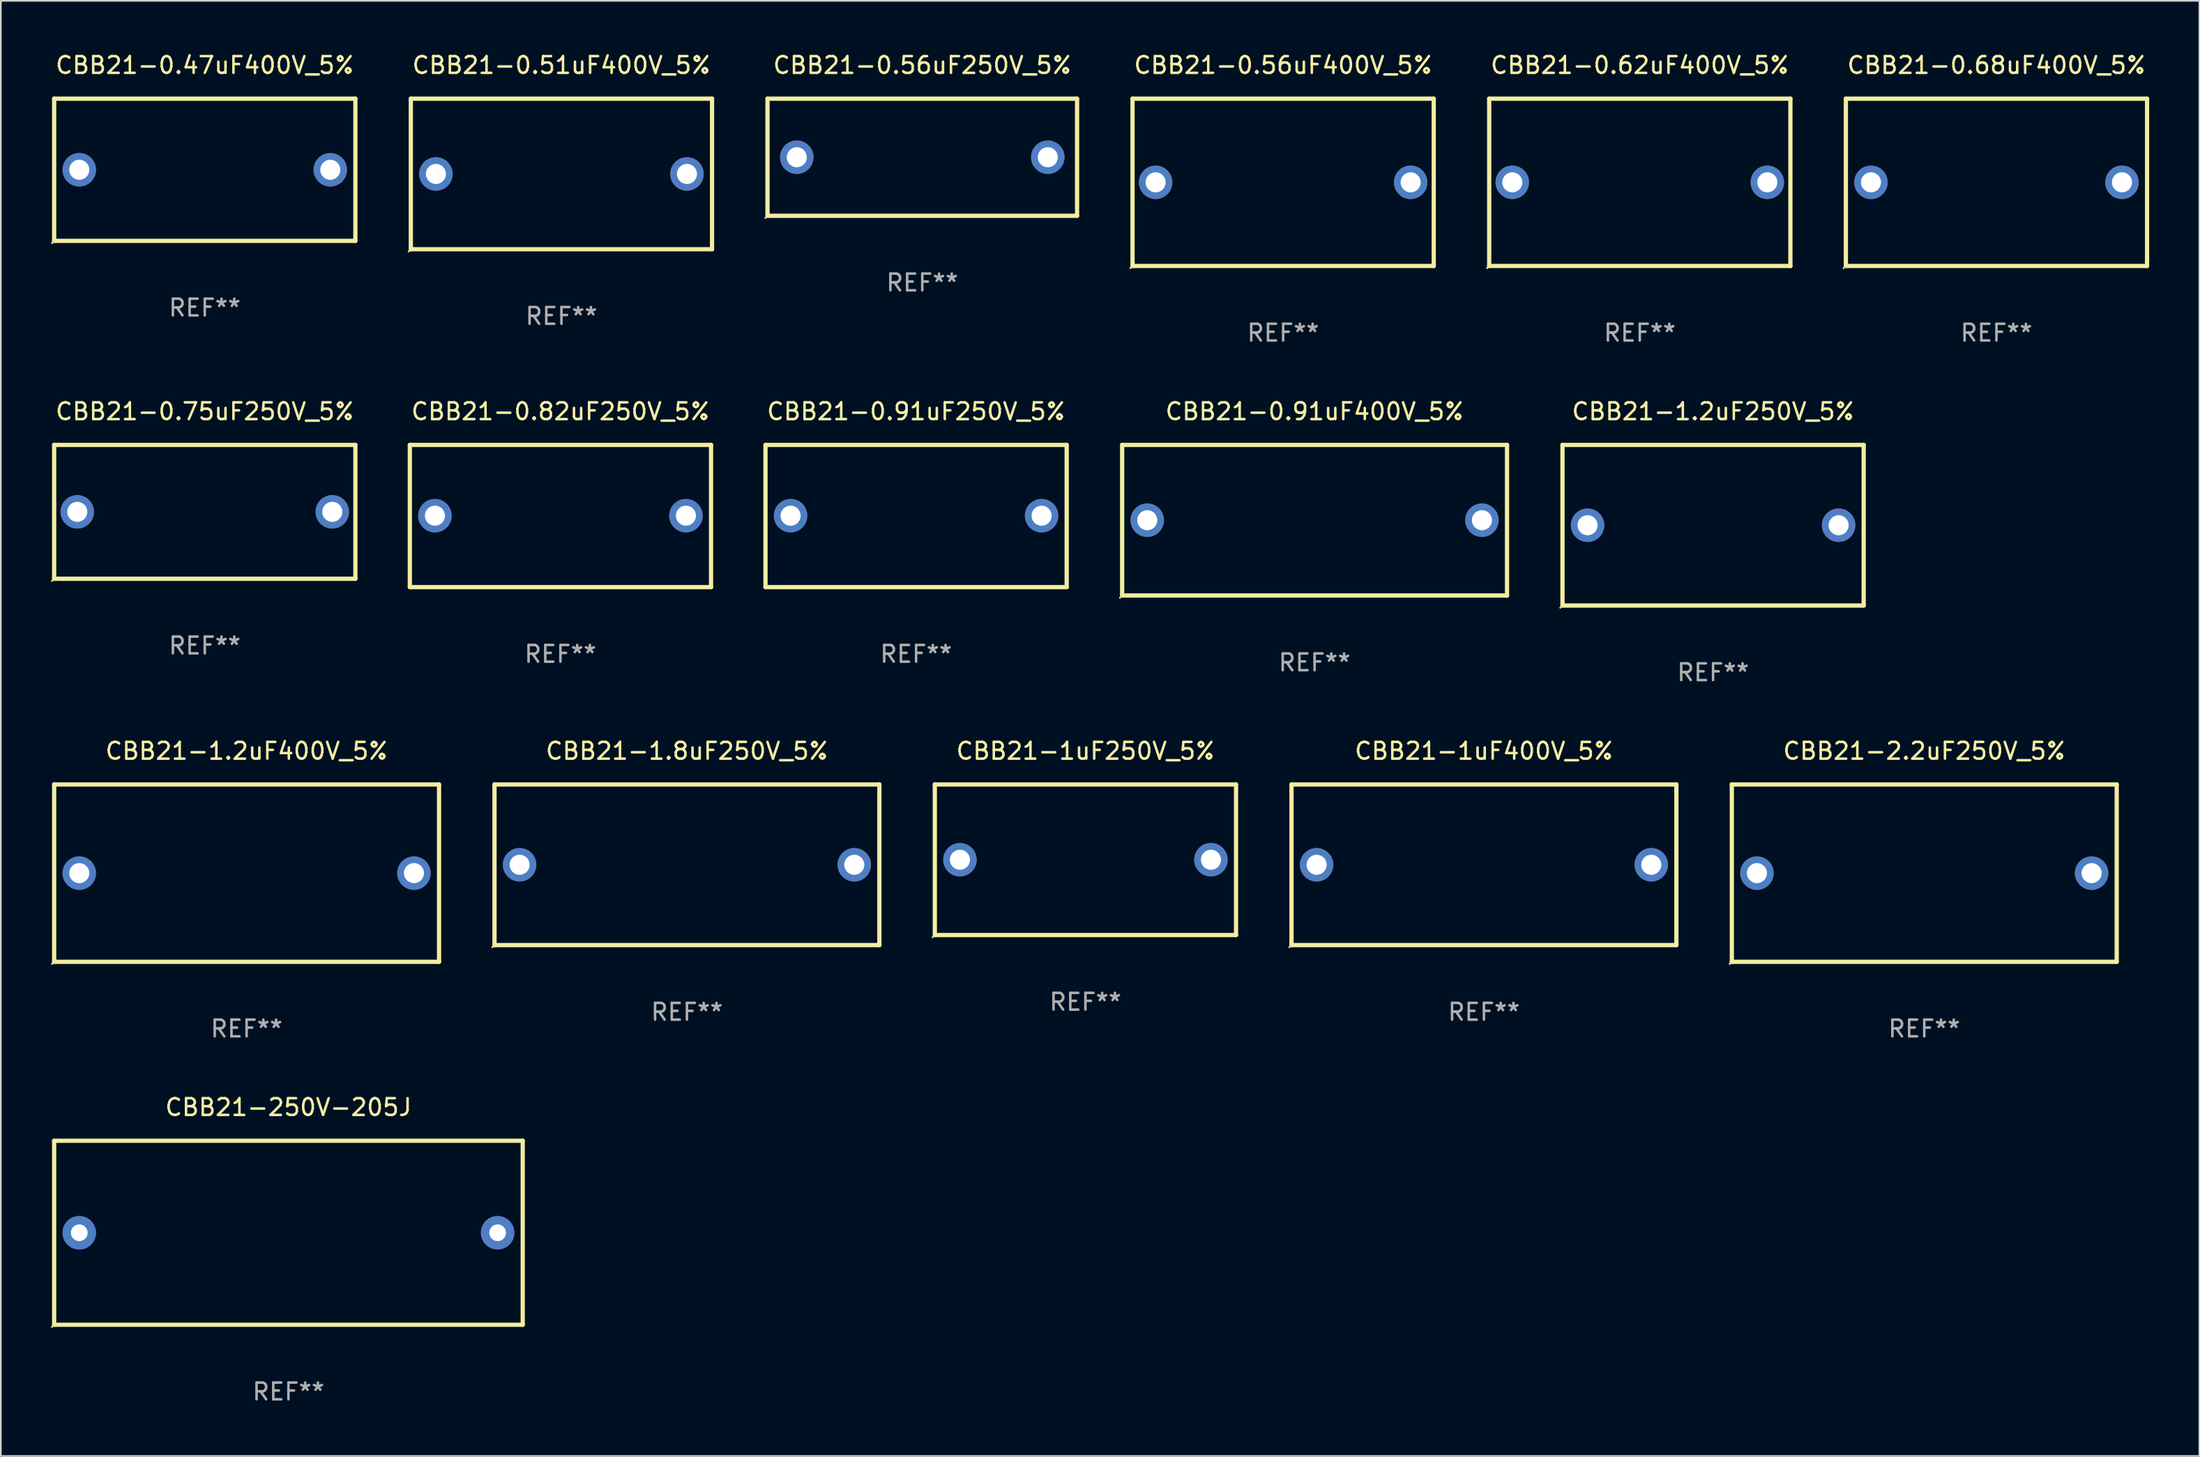
<source format=kicad_pcb>
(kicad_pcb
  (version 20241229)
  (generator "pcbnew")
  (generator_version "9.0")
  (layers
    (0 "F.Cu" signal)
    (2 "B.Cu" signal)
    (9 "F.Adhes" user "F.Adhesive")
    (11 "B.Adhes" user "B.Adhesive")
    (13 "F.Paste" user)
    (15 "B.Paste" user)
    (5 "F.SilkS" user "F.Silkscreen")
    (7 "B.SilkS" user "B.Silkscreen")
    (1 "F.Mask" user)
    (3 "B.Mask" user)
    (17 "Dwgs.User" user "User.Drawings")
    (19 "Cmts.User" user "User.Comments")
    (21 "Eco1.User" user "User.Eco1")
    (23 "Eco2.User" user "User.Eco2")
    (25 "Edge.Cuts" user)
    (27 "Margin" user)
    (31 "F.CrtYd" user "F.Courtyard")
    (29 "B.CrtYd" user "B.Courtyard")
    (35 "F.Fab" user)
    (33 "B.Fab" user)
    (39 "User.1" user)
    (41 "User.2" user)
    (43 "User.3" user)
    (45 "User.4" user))
  (footprint "CBB21-0.47uF400V_5%"
    (layer "F.Cu")
    (at 9.187 7.098)
    (property "Reference" "CBB21-0.47uF400V_5%" (at 0 -6.25 0) (layer "F.SilkS") (effects (font (size 1 1) (thickness 0.15))))
    (attr through_hole)
    (fp_line (start -9 -4.25) (end -9 4.25) (stroke (width 0.254) (type solid)) (layer "F.SilkS"))
    (fp_line (start -9 -4.25) (end 9 -4.25) (stroke (width 0.254) (type solid)) (layer "F.SilkS"))
    (fp_line (start 9 4.25) (end -9 4.25) (stroke (width 0.254) (type solid)) (layer "F.SilkS"))
    (fp_line (start 9 4.25) (end 9 -4.25) (stroke (width 0.254) (type solid)) (layer "F.SilkS"))
    (fp_circle (center -9.127 4.377) (end -9.097 4.377) (stroke (width 0.06) (type solid)) (fill no) (layer "F.SilkS"))
    (fp_text user "REF**" (at 0 8.25 0) (layer "F.Fab") (effects (font (size 1 1) (thickness 0.15))))
    (pad "1" thru_hole circle (at -7.5 0) (size 2 2) (drill 1.2) (layers "*.Cu" "*.Mask"))
    (pad "2" thru_hole circle (at 7.5 0) (size 2 2) (drill 1.2) (layers "*.Cu" "*.Mask")))
  (footprint "CBB21-1uF400V_5%"
    (layer "F.Cu")
    (at 85.629 48.641)
    (property "Reference" "CBB21-1uF400V_5%" (at 0 -6.8 0) (layer "F.SilkS") (effects (font (size 1 1) (thickness 0.15))))
    (attr through_hole)
    (fp_line (start -11.5 -4.8) (end -11.5 4.8) (stroke (width 0.254) (type solid)) (layer "F.SilkS"))
    (fp_line (start -11.5 -4.8) (end 11.5 -4.8) (stroke (width 0.254) (type solid)) (layer "F.SilkS"))
    (fp_line (start -11.5 4.8) (end 11.5 4.8) (stroke (width 0.254) (type solid)) (layer "F.SilkS"))
    (fp_line (start 11.5 -4.8) (end 11.5 4.8) (stroke (width 0.254) (type solid)) (layer "F.SilkS"))
    (fp_circle (center -11.627 4.927) (end -11.597 4.927) (stroke (width 0.06) (type solid)) (fill no) (layer "F.SilkS"))
    (fp_text user "REF**" (at 0 8.8 0) (layer "F.Fab") (effects (font (size 1 1) (thickness 0.15))))
    (pad "1" thru_hole circle (at -10 0) (size 2 2) (drill 1.2) (layers "*.Cu" "*.Mask"))
    (pad "2" thru_hole circle (at 10 0) (size 2 2) (drill 1.2) (layers "*.Cu" "*.Mask")))
  (footprint "CBB21-0.91uF250V_5%"
    (layer "F.Cu")
    (at 51.695 27.795)
    (property "Reference" "CBB21-0.91uF250V_5%" (at 0 -6.25 0) (layer "F.SilkS") (effects (font (size 1 1) (thickness 0.15))))
    (attr through_hole)
    (fp_line (start -9 -4.25) (end -9 4.25) (stroke (width 0.254) (type solid)) (layer "F.SilkS"))
    (fp_line (start -9 -4.25) (end 9 -4.25) (stroke (width 0.254) (type solid)) (layer "F.SilkS"))
    (fp_line (start -9 4.25) (end 9 4.25) (stroke (width 0.254) (type solid)) (layer "F.SilkS"))
    (fp_line (start 9 -4.25) (end 9 4.25) (stroke (width 0.254) (type solid)) (layer "F.SilkS"))
    (fp_circle (center -9 4.23) (end -8.97 4.23) (stroke (width 0.06) (type solid)) (fill no) (layer "F.SilkS"))
    (fp_text user "REF**" (at 0 8.25 0) (layer "F.Fab") (effects (font (size 1 1) (thickness 0.15))))
    (pad "1" thru_hole circle (at -7.5 -0.02) (size 2 2) (drill 1.2) (layers "*.Cu" "*.Mask"))
    (pad "2" thru_hole circle (at 7.5 -0.02) (size 2 2) (drill 1.2) (layers "*.Cu" "*.Mask")))
  (footprint "CBB21-0.62uF400V_5%"
    (layer "F.Cu")
    (at 94.943 7.848)
    (property "Reference" "CBB21-0.62uF400V_5%" (at 0 -7 0) (layer "F.SilkS") (effects (font (size 1 1) (thickness 0.15))))
    (attr through_hole)
    (fp_line (start -9 -5) (end 9 -5) (stroke (width 0.254) (type solid)) (layer "F.SilkS"))
    (fp_line (start -9 5) (end -9 -5) (stroke (width 0.254) (type solid)) (layer "F.SilkS"))
    (fp_line (start 9 -5) (end 9 5) (stroke (width 0.254) (type solid)) (layer "F.SilkS"))
    (fp_line (start 9 5) (end -9 5) (stroke (width 0.254) (type solid)) (layer "F.SilkS"))
    (fp_circle (center -9.127 5.127) (end -9.097 5.127) (stroke (width 0.06) (type solid)) (fill no) (layer "F.SilkS"))
    (fp_text user "REF**" (at 0 9 0) (layer "F.Fab") (effects (font (size 1 1) (thickness 0.15))))
    (pad "1" thru_hole circle (at -7.62 0) (size 2 2) (drill 1.2) (layers "*.Cu" "*.Mask"))
    (pad "2" thru_hole circle (at 7.62 0) (size 2 2) (drill 1.2) (layers "*.Cu" "*.Mask")))
  (footprint "CBB21-1uF250V_5%"
    (layer "F.Cu")
    (at 61.815 48.341)
    (property "Reference" "CBB21-1uF250V_5%" (at 0 -6.5 0) (layer "F.SilkS") (effects (font (size 1 1) (thickness 0.15))))
    (attr through_hole)
    (fp_line (start -9 -4.5) (end 9 -4.5) (stroke (width 0.254) (type solid)) (layer "F.SilkS"))
    (fp_line (start -9 4.5) (end -9 -4.5) (stroke (width 0.254) (type solid)) (layer "F.SilkS"))
    (fp_line (start 9 -4.5) (end 9 4.5) (stroke (width 0.254) (type solid)) (layer "F.SilkS"))
    (fp_line (start 9 4.5) (end -9 4.5) (stroke (width 0.254) (type solid)) (layer "F.SilkS"))
    (fp_circle (center -9.127 4.627) (end -9.097 4.627) (stroke (width 0.06) (type solid)) (fill no) (layer "F.SilkS"))
    (fp_text user "REF**" (at 0 8.5 0) (layer "F.Fab") (effects (font (size 1 1) (thickness 0.15))))
    (pad "1" thru_hole circle (at -7.5 -0.000127) (size 2 2) (drill 1.2) (layers "*.Cu" "*.Mask"))
    (pad "2" thru_hole circle (at 7.5 -0.000127) (size 2 2) (drill 1.2) (layers "*.Cu" "*.Mask")))
  (footprint "CBB21-0.56uF400V_5%"
    (layer "F.Cu")
    (at 73.629 7.848)
    (property "Reference" "CBB21-0.56uF400V_5%" (at 0 -7 0) (layer "F.SilkS") (effects (font (size 1 1) (thickness 0.15))))
    (attr through_hole)
    (fp_line (start -9 -5) (end 9 -5) (stroke (width 0.254) (type solid)) (layer "F.SilkS"))
    (fp_line (start -9 5) (end -9 -5) (stroke (width 0.254) (type solid)) (layer "F.SilkS"))
    (fp_line (start 9 -5) (end 9 5) (stroke (width 0.254) (type solid)) (layer "F.SilkS"))
    (fp_line (start 9 5) (end -9 5) (stroke (width 0.254) (type solid)) (layer "F.SilkS"))
    (fp_circle (center -9.127 5.127) (end -9.097 5.127) (stroke (width 0.06) (type solid)) (fill no) (layer "F.SilkS"))
    (fp_text user "REF**" (at 0 9 0) (layer "F.Fab") (effects (font (size 1 1) (thickness 0.15))))
    (pad "1" thru_hole circle (at -7.62 0) (size 2 2) (drill 1.2) (layers "*.Cu" "*.Mask"))
    (pad "2" thru_hole circle (at 7.62 0) (size 2 2) (drill 1.2) (layers "*.Cu" "*.Mask")))
  (footprint "CBB21-1.2uF400V_5%"
    (layer "F.Cu")
    (at 11.687 49.141)
    (property "Reference" "CBB21-1.2uF400V_5%" (at 0 -7.3 0) (layer "F.SilkS") (effects (font (size 1 1) (thickness 0.15))))
    (attr through_hole)
    (fp_line (start -11.5 -5.3) (end -11.5 5.3) (stroke (width 0.254) (type solid)) (layer "F.SilkS"))
    (fp_line (start -11.5 -5.3) (end 11.5 -5.3) (stroke (width 0.254) (type solid)) (layer "F.SilkS"))
    (fp_line (start -11.5 5.3) (end 11.5 5.3) (stroke (width 0.254) (type solid)) (layer "F.SilkS"))
    (fp_line (start 11.5 -5.3) (end 11.5 5.3) (stroke (width 0.254) (type solid)) (layer "F.SilkS"))
    (fp_circle (center -11.627 5.427) (end -11.597 5.427) (stroke (width 0.06) (type solid)) (fill no) (layer "F.SilkS"))
    (fp_text user "REF**" (at 0 9.3 0) (layer "F.Fab") (effects (font (size 1 1) (thickness 0.15))))
    (pad "1" thru_hole circle (at -10 0) (size 2 2) (drill 1.2) (layers "*.Cu" "*.Mask"))
    (pad "2" thru_hole circle (at 10 0) (size 2 2) (drill 1.2) (layers "*.Cu" "*.Mask")))
  (footprint "CBB21-1.2uF250V_5%"
    (layer "F.Cu")
    (at 99.323 28.345)
    (property "Reference" "CBB21-1.2uF250V_5%" (at 0 -6.8 0) (layer "F.SilkS") (effects (font (size 1 1) (thickness 0.15))))
    (attr through_hole)
    (fp_line (start -9 -4.8) (end 9 -4.8) (stroke (width 0.254) (type solid)) (layer "F.SilkS"))
    (fp_line (start -9 4.8) (end -9 -4.8) (stroke (width 0.254) (type solid)) (layer "F.SilkS"))
    (fp_line (start 9 -4.8) (end 9 4.8) (stroke (width 0.254) (type solid)) (layer "F.SilkS"))
    (fp_line (start 9 4.8) (end -9 4.8) (stroke (width 0.254) (type solid)) (layer "F.SilkS"))
    (fp_circle (center -9.127 4.927) (end -9.097 4.927) (stroke (width 0.06) (type solid)) (fill no) (layer "F.SilkS"))
    (fp_text user "REF**" (at 0 8.8 0) (layer "F.Fab") (effects (font (size 1 1) (thickness 0.15))))
    (pad "1" thru_hole circle (at -7.501 0) (size 2 2) (drill 1.2) (layers "*.Cu" "*.Mask"))
    (pad "2" thru_hole circle (at 7.501 0) (size 2 2) (drill 1.2) (layers "*.Cu" "*.Mask")))
  (footprint "CBB21-0.91uF400V_5%"
    (layer "F.Cu")
    (at 75.509 28.05)
    (property "Reference" "CBB21-0.91uF400V_5%" (at 0 -6.505 0) (layer "F.SilkS") (effects (font (size 1 1) (thickness 0.15))))
    (attr through_hole)
    (fp_line (start -11.5 -4.505) (end -11.5 4.495) (stroke (width 0.254) (type solid)) (layer "F.SilkS"))
    (fp_line (start -11.5 -4.505) (end 11.5 -4.505) (stroke (width 0.254) (type solid)) (layer "F.SilkS"))
    (fp_line (start -11.5 4.495) (end 11.5 4.495) (stroke (width 0.254) (type solid)) (layer "F.SilkS"))
    (fp_line (start 11.5 -4.505) (end 11.5 4.505) (stroke (width 0.254) (type solid)) (layer "F.SilkS"))
    (fp_circle (center -11.627 4.632) (end -11.597 4.632) (stroke (width 0.06) (type solid)) (fill no) (layer "F.SilkS"))
    (fp_text user "REF**" (at 0 8.505 0) (layer "F.Fab") (effects (font (size 1 1) (thickness 0.15))))
    (pad "1" thru_hole circle (at -10 -0.005) (size 2 2) (drill 1.2) (layers "*.Cu" "*.Mask"))
    (pad "2" thru_hole circle (at 10 -0.005) (size 2 2) (drill 1.2) (layers "*.Cu" "*.Mask")))
  (footprint "CBB21-250V-205J"
    (layer "F.Cu")
    (at 14.187 70.637)
    (property "Reference" "CBB21-250V-205J" (at 0 -7.499 0) (layer "F.SilkS") (effects (font (size 1 1) (thickness 0.15))))
    (attr through_hole)
    (fp_line (start -14 -5.499) (end -14 5.499) (stroke (width 0.254) (type solid)) (layer "F.SilkS"))
    (fp_line (start -14 -5.499) (end 14 -5.499) (stroke (width 0.254) (type solid)) (layer "F.SilkS"))
    (fp_line (start 14 -5.499) (end 14 5.499) (stroke (width 0.254) (type solid)) (layer "F.SilkS"))
    (fp_line (start 14 5.499) (end -14 5.499) (stroke (width 0.254) (type solid)) (layer "F.SilkS"))
    (fp_circle (center -14.127 5.626) (end -14.097 5.626) (stroke (width 0.06) (type solid)) (fill no) (layer "F.SilkS"))
    (fp_text user "REF**" (at 0 9.499 0) (layer "F.Fab") (effects (font (size 1 1) (thickness 0.15))))
    (pad "1" thru_hole circle (at -12.5 0) (size 2 2) (drill 1) (layers "*.Cu" "*.Mask"))
    (pad "2" thru_hole circle (at 12.5 0) (size 2 2) (drill 1) (layers "*.Cu" "*.Mask")))
  (footprint "CBB21-0.82uF250V_5%"
    (layer "F.Cu")
    (at 30.441 27.795)
    (property "Reference" "CBB21-0.82uF250V_5%" (at 0 -6.25 0) (layer "F.SilkS") (effects (font (size 1 1) (thickness 0.15))))
    (attr through_hole)
    (fp_line (start -9 -4.25) (end -9 4.25) (stroke (width 0.254) (type solid)) (layer "F.SilkS"))
    (fp_line (start -9 -4.25) (end 9 -4.25) (stroke (width 0.254) (type solid)) (layer "F.SilkS"))
    (fp_line (start -9 4.25) (end 9 4.25) (stroke (width 0.254) (type solid)) (layer "F.SilkS"))
    (fp_line (start 9 -4.25) (end 9 4.25) (stroke (width 0.254) (type solid)) (layer "F.SilkS"))
    (fp_circle (center -9 4.23) (end -8.97 4.23) (stroke (width 0.06) (type solid)) (fill no) (layer "F.SilkS"))
    (fp_text user "REF**" (at 0 8.25 0) (layer "F.Fab") (effects (font (size 1 1) (thickness 0.15))))
    (pad "1" thru_hole circle (at -7.5 -0.02) (size 2 2) (drill 1.2) (layers "*.Cu" "*.Mask"))
    (pad "2" thru_hole circle (at 7.5 -0.02) (size 2 2) (drill 1.2) (layers "*.Cu" "*.Mask")))
  (footprint "CBB21-2.2uF250V_5%"
    (layer "F.Cu")
    (at 111.943 49.141)
    (property "Reference" "CBB21-2.2uF250V_5%" (at 0 -7.3 0) (layer "F.SilkS") (effects (font (size 1 1) (thickness 0.15))))
    (attr through_hole)
    (fp_line (start -11.5 -5.3) (end -11.5 5.3) (stroke (width 0.254) (type solid)) (layer "F.SilkS"))
    (fp_line (start -11.5 -5.3) (end 11.5 -5.3) (stroke (width 0.254) (type solid)) (layer "F.SilkS"))
    (fp_line (start -11.5 5.3) (end 11.5 5.3) (stroke (width 0.254) (type solid)) (layer "F.SilkS"))
    (fp_line (start 11.5 -5.3) (end 11.5 5.3) (stroke (width 0.254) (type solid)) (layer "F.SilkS"))
    (fp_circle (center -11.627 5.427) (end -11.597 5.427) (stroke (width 0.06) (type solid)) (fill no) (layer "F.SilkS"))
    (fp_text user "REF**" (at 0 9.3 0) (layer "F.Fab") (effects (font (size 1 1) (thickness 0.15))))
    (pad "1" thru_hole circle (at -10 0) (size 2 2) (drill 1.2) (layers "*.Cu" "*.Mask"))
    (pad "2" thru_hole circle (at 10 0) (size 2 2) (drill 1.2) (layers "*.Cu" "*.Mask")))
  (footprint "CBB21-1.8uF250V_5%"
    (layer "F.Cu")
    (at 38.001 48.641)
    (property "Reference" "CBB21-1.8uF250V_5%" (at 0 -6.8 0) (layer "F.SilkS") (effects (font (size 1 1) (thickness 0.15))))
    (attr through_hole)
    (fp_line (start -11.5 -4.8) (end -11.5 4.8) (stroke (width 0.254) (type solid)) (layer "F.SilkS"))
    (fp_line (start -11.5 -4.8) (end 11.5 -4.8) (stroke (width 0.254) (type solid)) (layer "F.SilkS"))
    (fp_line (start -11.5 4.8) (end 11.5 4.8) (stroke (width 0.254) (type solid)) (layer "F.SilkS"))
    (fp_line (start 11.5 -4.8) (end 11.5 4.8) (stroke (width 0.254) (type solid)) (layer "F.SilkS"))
    (fp_circle (center -11.627 4.927) (end -11.597 4.927) (stroke (width 0.06) (type solid)) (fill no) (layer "F.SilkS"))
    (fp_text user "REF**" (at 0 8.8 0) (layer "F.Fab") (effects (font (size 1 1) (thickness 0.15))))
    (pad "1" thru_hole circle (at -10 0) (size 2 2) (drill 1.2) (layers "*.Cu" "*.Mask"))
    (pad "2" thru_hole circle (at 10 0) (size 2 2) (drill 1.2) (layers "*.Cu" "*.Mask")))
  (footprint "CBB21-0.75uF250V_5%"
    (layer "F.Cu")
    (at 9.187 27.545)
    (property "Reference" "CBB21-0.75uF250V_5%" (at 0 -6 0) (layer "F.SilkS") (effects (font (size 1 1) (thickness 0.15))))
    (attr through_hole)
    (fp_line (start -9 -4) (end 9 -4) (stroke (width 0.254) (type solid)) (layer "F.SilkS"))
    (fp_line (start -9 4) (end -9 -4) (stroke (width 0.254) (type solid)) (layer "F.SilkS"))
    (fp_line (start 9 -4) (end 9 4) (stroke (width 0.254) (type solid)) (layer "F.SilkS"))
    (fp_line (start 9 4) (end -9 4) (stroke (width 0.254) (type solid)) (layer "F.SilkS"))
    (fp_circle (center -9.127 4.127) (end -9.097 4.127) (stroke (width 0.06) (type solid)) (fill no) (layer "F.SilkS"))
    (fp_text user "REF**" (at 0 8 0) (layer "F.Fab") (effects (font (size 1 1) (thickness 0.15))))
    (pad "1" thru_hole circle (at -7.62 0) (size 2 2) (drill 1.2) (layers "*.Cu" "*.Mask"))
    (pad "2" thru_hole circle (at 7.62 0) (size 2 2) (drill 1.2) (layers "*.Cu" "*.Mask")))
  (footprint "CBB21-0.51uF400V_5%"
    (layer "F.Cu")
    (at 30.501 7.348)
    (property "Reference" "CBB21-0.51uF400V_5%" (at 0 -6.5 0) (layer "F.SilkS") (effects (font (size 1 1) (thickness 0.15))))
    (attr through_hole)
    (fp_line (start -9 -4.5) (end -9 4.5) (stroke (width 0.254) (type solid)) (layer "F.SilkS"))
    (fp_line (start -9 -4.5) (end 9 -4.5) (stroke (width 0.254) (type solid)) (layer "F.SilkS"))
    (fp_line (start 9 4.5) (end -9 4.5) (stroke (width 0.254) (type solid)) (layer "F.SilkS"))
    (fp_line (start 9 4.5) (end 9 -4.5) (stroke (width 0.254) (type solid)) (layer "F.SilkS"))
    (fp_circle (center -9.127 4.627) (end -9.097 4.627) (stroke (width 0.06) (type solid)) (fill no) (layer "F.SilkS"))
    (fp_text user "REF**" (at 0 8.5 0) (layer "F.Fab") (effects (font (size 1 1) (thickness 0.15))))
    (pad "1" thru_hole circle (at -7.501 -0.000127) (size 2 2) (drill 1.2) (layers "*.Cu" "*.Mask"))
    (pad "2" thru_hole circle (at 7.501 -0.000127) (size 2 2) (drill 1.2) (layers "*.Cu" "*.Mask")))
  (footprint "CBB21-0.68uF400V_5%"
    (layer "F.Cu")
    (at 116.257 7.848)
    (property "Reference" "CBB21-0.68uF400V_5%" (at 0 -7 0) (layer "F.SilkS") (effects (font (size 1 1) (thickness 0.15))))
    (attr through_hole)
    (fp_line (start -9 -5) (end -9 4.98) (stroke (width 0.254) (type solid)) (layer "F.SilkS"))
    (fp_line (start -9 -5) (end 9 -5) (stroke (width 0.254) (type solid)) (layer "F.SilkS"))
    (fp_line (start -9 5) (end 9 5) (stroke (width 0.254) (type solid)) (layer "F.SilkS"))
    (fp_line (start 9 -5) (end 9 5) (stroke (width 0.254) (type solid)) (layer "F.SilkS"))
    (fp_circle (center -9.127 5.127) (end -9.097 5.127) (stroke (width 0.06) (type solid)) (fill no) (layer "F.SilkS"))
    (fp_text user "REF**" (at 0 9 0) (layer "F.Fab") (effects (font (size 1 1) (thickness 0.15))))
    (pad "1" thru_hole circle (at -7.5 0) (size 2 2) (drill 1.2) (layers "*.Cu" "*.Mask"))
    (pad "2" thru_hole circle (at 7.5 0) (size 2 2) (drill 1.2) (layers "*.Cu" "*.Mask")))
  (footprint "CBB21-0.56uF250V_5%"
    (layer "F.Cu")
    (at 52.065 6.348)
    (property "Reference" "CBB21-0.56uF250V_5%" (at 0 -5.5 0) (layer "F.SilkS") (effects (font (size 1 1) (thickness 0.15))))
    (attr through_hole)
    (fp_line (start -9.25 -3.5) (end 9.25 -3.5) (stroke (width 0.254) (type solid)) (layer "F.SilkS"))
    (fp_line (start -9.25 3.5) (end -9.25 -3.5) (stroke (width 0.254) (type solid)) (layer "F.SilkS"))
    (fp_line (start 9.25 -3.5) (end 9.25 3.5) (stroke (width 0.254) (type solid)) (layer "F.SilkS"))
    (fp_line (start 9.25 3.5) (end -9.25 3.5) (stroke (width 0.254) (type solid)) (layer "F.SilkS"))
    (fp_circle (center -9.377 3.627) (end -9.347 3.627) (stroke (width 0.06) (type solid)) (fill no) (layer "F.SilkS"))
    (fp_text user "REF**" (at 0 7.5 0) (layer "F.Fab") (effects (font (size 1 1) (thickness 0.15))))
    (pad "1" thru_hole circle (at -7.5 0) (size 2 2) (drill 1.2) (layers "*.Cu" "*.Mask"))
    (pad "2" thru_hole circle (at 7.5 0) (size 2 2) (drill 1.2) (layers "*.Cu" "*.Mask")))
  (gr_rect
    (start -3 -3)
    (end 128.384 83.984)
    (stroke (width 0.1) (type default))
    (fill no)
    (layer "Edge.Cuts")))
</source>
